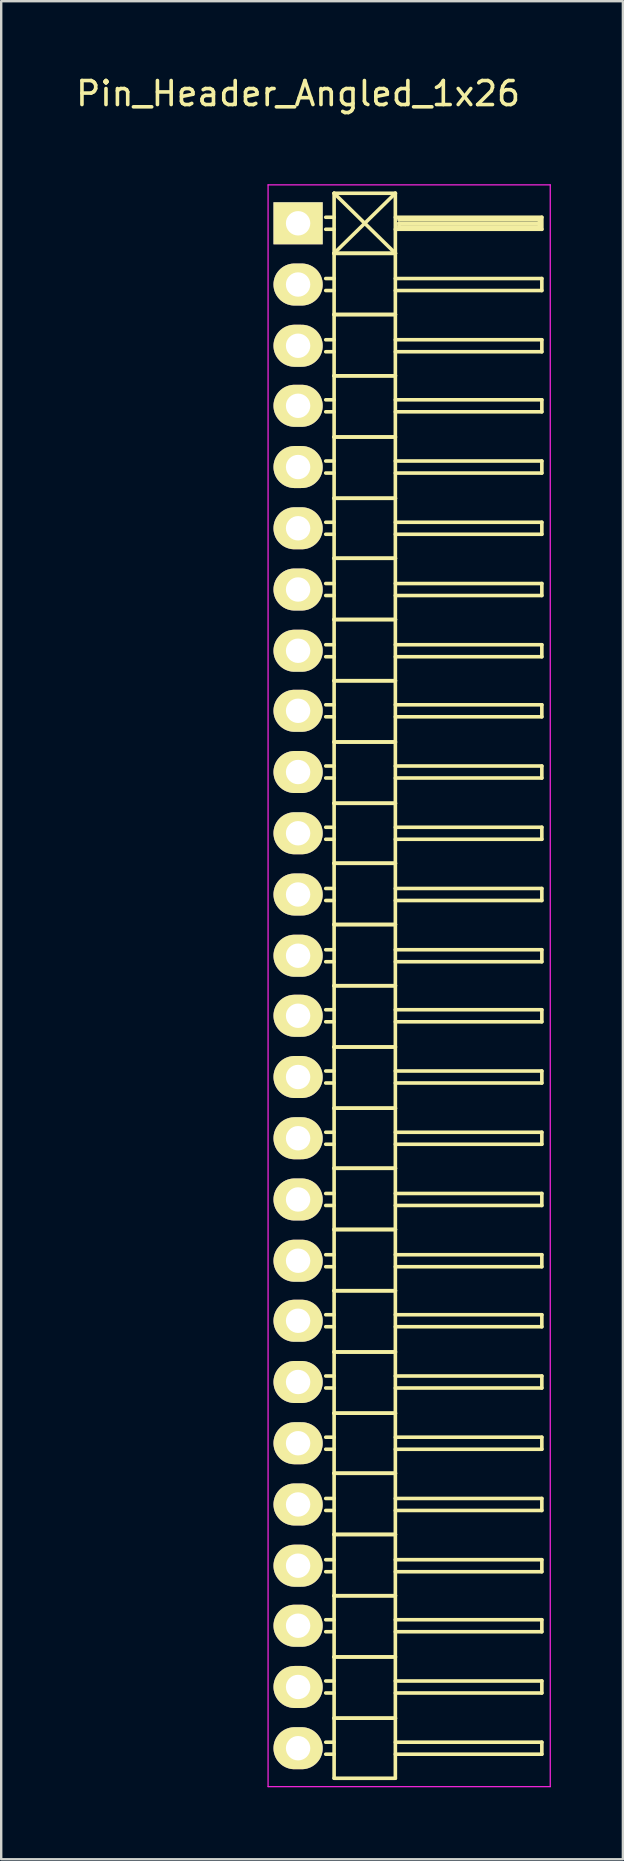
<source format=kicad_pcb>
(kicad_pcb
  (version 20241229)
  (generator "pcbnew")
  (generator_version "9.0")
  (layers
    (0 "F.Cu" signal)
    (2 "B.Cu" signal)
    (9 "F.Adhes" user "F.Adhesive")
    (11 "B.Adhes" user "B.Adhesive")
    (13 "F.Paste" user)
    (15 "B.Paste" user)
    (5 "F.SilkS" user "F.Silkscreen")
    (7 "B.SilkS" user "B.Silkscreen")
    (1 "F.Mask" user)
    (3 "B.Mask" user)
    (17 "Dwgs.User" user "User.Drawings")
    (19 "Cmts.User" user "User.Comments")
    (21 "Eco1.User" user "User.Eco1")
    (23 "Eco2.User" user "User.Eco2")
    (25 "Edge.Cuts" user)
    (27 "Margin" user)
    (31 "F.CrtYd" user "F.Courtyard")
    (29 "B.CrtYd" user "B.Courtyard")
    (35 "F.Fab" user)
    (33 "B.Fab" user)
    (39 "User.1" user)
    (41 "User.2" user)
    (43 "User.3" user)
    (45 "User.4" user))
  (footprint "Pin_Header_Angled_1x26"
    (layer "F.Cu")
    (at 9.363 6.248)
    (property "Reference" "Pin_Header_Angled_1x26" (at 0 -5.4 0) (layer "F.SilkS") (effects (font (size 1 1) (thickness 0.15))))
    (attr through_hole)
    (fp_line (start 1.5 -1.25) (end 1.5 1.25) (stroke (width 0.15) (type solid)) (layer "F.SilkS"))
    (fp_line (start 1.5 -1.25) (end 4.05 -1.25) (stroke (width 0.15) (type solid)) (layer "F.SilkS"))
    (fp_line (start 1.5 -0.25) (end 1.15 -0.25) (stroke (width 0.15) (type solid)) (layer "F.SilkS"))
    (fp_line (start 1.5 0.25) (end 1.15 0.25) (stroke (width 0.15) (type solid)) (layer "F.SilkS"))
    (fp_line (start 1.5 1.25) (end 1.5 3.8) (stroke (width 0.15) (type solid)) (layer "F.SilkS"))
    (fp_line (start 1.5 1.25) (end 4.05 1.25) (stroke (width 0.15) (type solid)) (layer "F.SilkS"))
    (fp_line (start 1.5 1.25) (end 4.05 1.25) (stroke (width 0.15) (type solid)) (layer "F.SilkS"))
    (fp_line (start 1.5 2.3) (end 1.15 2.3) (stroke (width 0.15) (type solid)) (layer "F.SilkS"))
    (fp_line (start 1.5 2.8) (end 1.15 2.8) (stroke (width 0.15) (type solid)) (layer "F.SilkS"))
    (fp_line (start 1.5 3.8) (end 1.5 6.35) (stroke (width 0.15) (type solid)) (layer "F.SilkS"))
    (fp_line (start 1.5 3.8) (end 4.05 3.8) (stroke (width 0.15) (type solid)) (layer "F.SilkS"))
    (fp_line (start 1.5 3.8) (end 4.05 3.8) (stroke (width 0.15) (type solid)) (layer "F.SilkS"))
    (fp_line (start 1.5 4.85) (end 1.15 4.85) (stroke (width 0.15) (type solid)) (layer "F.SilkS"))
    (fp_line (start 1.5 5.35) (end 1.15 5.35) (stroke (width 0.15) (type solid)) (layer "F.SilkS"))
    (fp_line (start 1.5 6.35) (end 1.5 8.9) (stroke (width 0.15) (type solid)) (layer "F.SilkS"))
    (fp_line (start 1.5 6.35) (end 4.05 6.35) (stroke (width 0.15) (type solid)) (layer "F.SilkS"))
    (fp_line (start 1.5 6.35) (end 4.05 6.35) (stroke (width 0.15) (type solid)) (layer "F.SilkS"))
    (fp_line (start 1.5 7.35) (end 1.15 7.35) (stroke (width 0.15) (type solid)) (layer "F.SilkS"))
    (fp_line (start 1.5 7.85) (end 1.15 7.85) (stroke (width 0.15) (type solid)) (layer "F.SilkS"))
    (fp_line (start 1.5 8.9) (end 1.5 11.45) (stroke (width 0.15) (type solid)) (layer "F.SilkS"))
    (fp_line (start 1.5 8.9) (end 4.05 8.9) (stroke (width 0.15) (type solid)) (layer "F.SilkS"))
    (fp_line (start 1.5 8.9) (end 4.05 8.9) (stroke (width 0.15) (type solid)) (layer "F.SilkS"))
    (fp_line (start 1.5 9.9) (end 1.15 9.9) (stroke (width 0.15) (type solid)) (layer "F.SilkS"))
    (fp_line (start 1.5 10.4) (end 1.15 10.4) (stroke (width 0.15) (type solid)) (layer "F.SilkS"))
    (fp_line (start 1.5 11.45) (end 1.5 13.95) (stroke (width 0.15) (type solid)) (layer "F.SilkS"))
    (fp_line (start 1.5 11.45) (end 4.05 11.45) (stroke (width 0.15) (type solid)) (layer "F.SilkS"))
    (fp_line (start 1.5 11.45) (end 4.05 11.45) (stroke (width 0.15) (type solid)) (layer "F.SilkS"))
    (fp_line (start 1.5 12.45) (end 1.15 12.45) (stroke (width 0.15) (type solid)) (layer "F.SilkS"))
    (fp_line (start 1.5 12.95) (end 1.15 12.95) (stroke (width 0.15) (type solid)) (layer "F.SilkS"))
    (fp_line (start 1.5 13.95) (end 1.5 16.5) (stroke (width 0.15) (type solid)) (layer "F.SilkS"))
    (fp_line (start 1.5 13.95) (end 4.05 13.95) (stroke (width 0.15) (type solid)) (layer "F.SilkS"))
    (fp_line (start 1.5 13.95) (end 4.05 13.95) (stroke (width 0.15) (type solid)) (layer "F.SilkS"))
    (fp_line (start 1.5 15) (end 1.15 15) (stroke (width 0.15) (type solid)) (layer "F.SilkS"))
    (fp_line (start 1.5 15.5) (end 1.15 15.5) (stroke (width 0.15) (type solid)) (layer "F.SilkS"))
    (fp_line (start 1.5 16.5) (end 1.5 19.05) (stroke (width 0.15) (type solid)) (layer "F.SilkS"))
    (fp_line (start 1.5 16.5) (end 4.05 16.5) (stroke (width 0.15) (type solid)) (layer "F.SilkS"))
    (fp_line (start 1.5 16.5) (end 4.05 16.5) (stroke (width 0.15) (type solid)) (layer "F.SilkS"))
    (fp_line (start 1.5 17.55) (end 1.15 17.55) (stroke (width 0.15) (type solid)) (layer "F.SilkS"))
    (fp_line (start 1.5 18.05) (end 1.15 18.05) (stroke (width 0.15) (type solid)) (layer "F.SilkS"))
    (fp_line (start 1.5 19.05) (end 1.5 21.6) (stroke (width 0.15) (type solid)) (layer "F.SilkS"))
    (fp_line (start 1.5 19.05) (end 4.05 19.05) (stroke (width 0.15) (type solid)) (layer "F.SilkS"))
    (fp_line (start 1.5 19.05) (end 4.05 19.05) (stroke (width 0.15) (type solid)) (layer "F.SilkS"))
    (fp_line (start 1.5 20.05) (end 1.15 20.05) (stroke (width 0.15) (type solid)) (layer "F.SilkS"))
    (fp_line (start 1.5 20.55) (end 1.15 20.55) (stroke (width 0.15) (type solid)) (layer "F.SilkS"))
    (fp_line (start 1.5 21.6) (end 1.5 24.15) (stroke (width 0.15) (type solid)) (layer "F.SilkS"))
    (fp_line (start 1.5 21.6) (end 4.05 21.6) (stroke (width 0.15) (type solid)) (layer "F.SilkS"))
    (fp_line (start 1.5 21.6) (end 4.05 21.6) (stroke (width 0.15) (type solid)) (layer "F.SilkS"))
    (fp_line (start 1.5 22.6) (end 1.15 22.6) (stroke (width 0.15) (type solid)) (layer "F.SilkS"))
    (fp_line (start 1.5 23.1) (end 1.15 23.1) (stroke (width 0.15) (type solid)) (layer "F.SilkS"))
    (fp_line (start 1.5 24.15) (end 1.5 26.65) (stroke (width 0.15) (type solid)) (layer "F.SilkS"))
    (fp_line (start 1.5 24.15) (end 4.05 24.15) (stroke (width 0.15) (type solid)) (layer "F.SilkS"))
    (fp_line (start 1.5 24.15) (end 4.05 24.15) (stroke (width 0.15) (type solid)) (layer "F.SilkS"))
    (fp_line (start 1.5 25.15) (end 1.15 25.15) (stroke (width 0.15) (type solid)) (layer "F.SilkS"))
    (fp_line (start 1.5 25.65) (end 1.15 25.65) (stroke (width 0.15) (type solid)) (layer "F.SilkS"))
    (fp_line (start 1.5 26.65) (end 1.5 29.2) (stroke (width 0.15) (type solid)) (layer "F.SilkS"))
    (fp_line (start 1.5 26.65) (end 4.05 26.65) (stroke (width 0.15) (type solid)) (layer "F.SilkS"))
    (fp_line (start 1.5 26.65) (end 4.05 26.65) (stroke (width 0.15) (type solid)) (layer "F.SilkS"))
    (fp_line (start 1.5 27.7) (end 1.15 27.7) (stroke (width 0.15) (type solid)) (layer "F.SilkS"))
    (fp_line (start 1.5 28.2) (end 1.15 28.2) (stroke (width 0.15) (type solid)) (layer "F.SilkS"))
    (fp_line (start 1.5 29.2) (end 1.5 31.75) (stroke (width 0.15) (type solid)) (layer "F.SilkS"))
    (fp_line (start 1.5 29.2) (end 4.05 29.2) (stroke (width 0.15) (type solid)) (layer "F.SilkS"))
    (fp_line (start 1.5 29.2) (end 4.05 29.2) (stroke (width 0.15) (type solid)) (layer "F.SilkS"))
    (fp_line (start 1.5 30.25) (end 1.15 30.25) (stroke (width 0.15) (type solid)) (layer "F.SilkS"))
    (fp_line (start 1.5 30.75) (end 1.15 30.75) (stroke (width 0.15) (type solid)) (layer "F.SilkS"))
    (fp_line (start 1.5 31.75) (end 1.5 34.3) (stroke (width 0.15) (type solid)) (layer "F.SilkS"))
    (fp_line (start 1.5 31.75) (end 4.05 31.75) (stroke (width 0.15) (type solid)) (layer "F.SilkS"))
    (fp_line (start 1.5 31.75) (end 4.05 31.75) (stroke (width 0.15) (type solid)) (layer "F.SilkS"))
    (fp_line (start 1.5 32.75) (end 1.15 32.75) (stroke (width 0.15) (type solid)) (layer "F.SilkS"))
    (fp_line (start 1.5 33.25) (end 1.15 33.25) (stroke (width 0.15) (type solid)) (layer "F.SilkS"))
    (fp_line (start 1.5 34.3) (end 1.5 36.85) (stroke (width 0.15) (type solid)) (layer "F.SilkS"))
    (fp_line (start 1.5 34.3) (end 4.05 34.3) (stroke (width 0.15) (type solid)) (layer "F.SilkS"))
    (fp_line (start 1.5 34.3) (end 4.05 34.3) (stroke (width 0.15) (type solid)) (layer "F.SilkS"))
    (fp_line (start 1.5 35.3) (end 1.15 35.3) (stroke (width 0.15) (type solid)) (layer "F.SilkS"))
    (fp_line (start 1.5 35.8) (end 1.15 35.8) (stroke (width 0.15) (type solid)) (layer "F.SilkS"))
    (fp_line (start 1.5 36.85) (end 1.5 39.35) (stroke (width 0.15) (type solid)) (layer "F.SilkS"))
    (fp_line (start 1.5 36.85) (end 4.05 36.85) (stroke (width 0.15) (type solid)) (layer "F.SilkS"))
    (fp_line (start 1.5 36.85) (end 4.05 36.85) (stroke (width 0.15) (type solid)) (layer "F.SilkS"))
    (fp_line (start 1.5 37.85) (end 1.15 37.85) (stroke (width 0.15) (type solid)) (layer "F.SilkS"))
    (fp_line (start 1.5 38.35) (end 1.15 38.35) (stroke (width 0.15) (type solid)) (layer "F.SilkS"))
    (fp_line (start 1.5 39.35) (end 1.5 41.9) (stroke (width 0.15) (type solid)) (layer "F.SilkS"))
    (fp_line (start 1.5 39.35) (end 4.05 39.35) (stroke (width 0.15) (type solid)) (layer "F.SilkS"))
    (fp_line (start 1.5 39.35) (end 4.05 39.35) (stroke (width 0.15) (type solid)) (layer "F.SilkS"))
    (fp_line (start 1.5 40.4) (end 1.15 40.4) (stroke (width 0.15) (type solid)) (layer "F.SilkS"))
    (fp_line (start 1.5 40.9) (end 1.15 40.9) (stroke (width 0.15) (type solid)) (layer "F.SilkS"))
    (fp_line (start 1.5 41.9) (end 1.5 44.45) (stroke (width 0.15) (type solid)) (layer "F.SilkS"))
    (fp_line (start 1.5 41.9) (end 4.05 41.9) (stroke (width 0.15) (type solid)) (layer "F.SilkS"))
    (fp_line (start 1.5 41.9) (end 4.05 41.9) (stroke (width 0.15) (type solid)) (layer "F.SilkS"))
    (fp_line (start 1.5 42.95) (end 1.15 42.95) (stroke (width 0.15) (type solid)) (layer "F.SilkS"))
    (fp_line (start 1.5 43.45) (end 1.15 43.45) (stroke (width 0.15) (type solid)) (layer "F.SilkS"))
    (fp_line (start 1.5 44.45) (end 1.5 47) (stroke (width 0.15) (type solid)) (layer "F.SilkS"))
    (fp_line (start 1.5 44.45) (end 4.05 44.45) (stroke (width 0.15) (type solid)) (layer "F.SilkS"))
    (fp_line (start 1.5 44.45) (end 4.05 44.45) (stroke (width 0.15) (type solid)) (layer "F.SilkS"))
    (fp_line (start 1.5 45.45) (end 1.15 45.45) (stroke (width 0.15) (type solid)) (layer "F.SilkS"))
    (fp_line (start 1.5 45.95) (end 1.15 45.95) (stroke (width 0.15) (type solid)) (layer "F.SilkS"))
    (fp_line (start 1.5 47) (end 1.5 49.55) (stroke (width 0.15) (type solid)) (layer "F.SilkS"))
    (fp_line (start 1.5 47) (end 4.05 47) (stroke (width 0.15) (type solid)) (layer "F.SilkS"))
    (fp_line (start 1.5 47) (end 4.05 47) (stroke (width 0.15) (type solid)) (layer "F.SilkS"))
    (fp_line (start 1.5 48) (end 1.15 48) (stroke (width 0.15) (type solid)) (layer "F.SilkS"))
    (fp_line (start 1.5 48.5) (end 1.15 48.5) (stroke (width 0.15) (type solid)) (layer "F.SilkS"))
    (fp_line (start 1.5 49.55) (end 1.5 52.05) (stroke (width 0.15) (type solid)) (layer "F.SilkS"))
    (fp_line (start 1.5 49.55) (end 4.05 49.55) (stroke (width 0.15) (type solid)) (layer "F.SilkS"))
    (fp_line (start 1.5 49.55) (end 4.05 49.55) (stroke (width 0.15) (type solid)) (layer "F.SilkS"))
    (fp_line (start 1.5 50.55) (end 1.15 50.55) (stroke (width 0.15) (type solid)) (layer "F.SilkS"))
    (fp_line (start 1.5 51.05) (end 1.15 51.05) (stroke (width 0.15) (type solid)) (layer "F.SilkS"))
    (fp_line (start 1.5 52.05) (end 1.5 54.6) (stroke (width 0.15) (type solid)) (layer "F.SilkS"))
    (fp_line (start 1.5 52.05) (end 4.05 52.05) (stroke (width 0.15) (type solid)) (layer "F.SilkS"))
    (fp_line (start 1.5 52.05) (end 4.05 52.05) (stroke (width 0.15) (type solid)) (layer "F.SilkS"))
    (fp_line (start 1.5 53.1) (end 1.15 53.1) (stroke (width 0.15) (type solid)) (layer "F.SilkS"))
    (fp_line (start 1.5 53.6) (end 1.15 53.6) (stroke (width 0.15) (type solid)) (layer "F.SilkS"))
    (fp_line (start 1.5 54.6) (end 1.5 57.15) (stroke (width 0.15) (type solid)) (layer "F.SilkS"))
    (fp_line (start 1.5 54.6) (end 4.05 54.6) (stroke (width 0.15) (type solid)) (layer "F.SilkS"))
    (fp_line (start 1.5 54.6) (end 4.05 54.6) (stroke (width 0.15) (type solid)) (layer "F.SilkS"))
    (fp_line (start 1.5 55.65) (end 1.15 55.65) (stroke (width 0.15) (type solid)) (layer "F.SilkS"))
    (fp_line (start 1.5 56.15) (end 1.15 56.15) (stroke (width 0.15) (type solid)) (layer "F.SilkS"))
    (fp_line (start 1.5 57.15) (end 1.5 59.7) (stroke (width 0.15) (type solid)) (layer "F.SilkS"))
    (fp_line (start 1.5 57.15) (end 4.05 57.15) (stroke (width 0.15) (type solid)) (layer "F.SilkS"))
    (fp_line (start 1.5 57.15) (end 4.05 57.15) (stroke (width 0.15) (type solid)) (layer "F.SilkS"))
    (fp_line (start 1.5 58.15) (end 1.15 58.15) (stroke (width 0.15) (type solid)) (layer "F.SilkS"))
    (fp_line (start 1.5 58.65) (end 1.15 58.65) (stroke (width 0.15) (type solid)) (layer "F.SilkS"))
    (fp_line (start 1.5 59.7) (end 1.5 62.25) (stroke (width 0.15) (type solid)) (layer "F.SilkS"))
    (fp_line (start 1.5 59.7) (end 4.05 59.7) (stroke (width 0.15) (type solid)) (layer "F.SilkS"))
    (fp_line (start 1.5 59.7) (end 4.05 59.7) (stroke (width 0.15) (type solid)) (layer "F.SilkS"))
    (fp_line (start 1.5 60.7) (end 1.15 60.7) (stroke (width 0.15) (type solid)) (layer "F.SilkS"))
    (fp_line (start 1.5 61.2) (end 1.15 61.2) (stroke (width 0.15) (type solid)) (layer "F.SilkS"))
    (fp_line (start 1.5 62.25) (end 1.5 64.75) (stroke (width 0.15) (type solid)) (layer "F.SilkS"))
    (fp_line (start 1.5 62.25) (end 4.05 62.25) (stroke (width 0.15) (type solid)) (layer "F.SilkS"))
    (fp_line (start 1.5 62.25) (end 4.05 62.25) (stroke (width 0.15) (type solid)) (layer "F.SilkS"))
    (fp_line (start 1.5 63.25) (end 1.15 63.25) (stroke (width 0.15) (type solid)) (layer "F.SilkS"))
    (fp_line (start 1.5 63.75) (end 1.15 63.75) (stroke (width 0.15) (type solid)) (layer "F.SilkS"))
    (fp_line (start 1.5 64.75) (end 4.05 64.75) (stroke (width 0.15) (type solid)) (layer "F.SilkS"))
    (fp_line (start 4.05 -1.25) (end 1.5 1.25) (stroke (width 0.15) (type solid)) (layer "F.SilkS"))
    (fp_line (start 4.05 -0.25) (end 10.15 -0.25) (stroke (width 0.15) (type solid)) (layer "F.SilkS"))
    (fp_line (start 4.05 1.25) (end 1.5 -1.25) (stroke (width 0.15) (type solid)) (layer "F.SilkS"))
    (fp_line (start 4.05 1.25) (end 4.05 -1.25) (stroke (width 0.15) (type solid)) (layer "F.SilkS"))
    (fp_line (start 4.05 2.3) (end 10.15 2.3) (stroke (width 0.15) (type solid)) (layer "F.SilkS"))
    (fp_line (start 4.05 3.8) (end 4.05 1.25) (stroke (width 0.15) (type solid)) (layer "F.SilkS"))
    (fp_line (start 4.05 4.85) (end 10.15 4.85) (stroke (width 0.15) (type solid)) (layer "F.SilkS"))
    (fp_line (start 4.05 6.35) (end 4.05 3.8) (stroke (width 0.15) (type solid)) (layer "F.SilkS"))
    (fp_line (start 4.05 7.35) (end 10.15 7.35) (stroke (width 0.15) (type solid)) (layer "F.SilkS"))
    (fp_line (start 4.05 8.9) (end 4.05 6.35) (stroke (width 0.15) (type solid)) (layer "F.SilkS"))
    (fp_line (start 4.05 9.9) (end 10.15 9.9) (stroke (width 0.15) (type solid)) (layer "F.SilkS"))
    (fp_line (start 4.05 11.45) (end 4.05 8.9) (stroke (width 0.15) (type solid)) (layer "F.SilkS"))
    (fp_line (start 4.05 12.45) (end 10.15 12.45) (stroke (width 0.15) (type solid)) (layer "F.SilkS"))
    (fp_line (start 4.05 13.95) (end 4.05 11.45) (stroke (width 0.15) (type solid)) (layer "F.SilkS"))
    (fp_line (start 4.05 15) (end 10.15 15) (stroke (width 0.15) (type solid)) (layer "F.SilkS"))
    (fp_line (start 4.05 16.5) (end 4.05 13.95) (stroke (width 0.15) (type solid)) (layer "F.SilkS"))
    (fp_line (start 4.05 17.55) (end 10.15 17.55) (stroke (width 0.15) (type solid)) (layer "F.SilkS"))
    (fp_line (start 4.05 19.05) (end 4.05 16.5) (stroke (width 0.15) (type solid)) (layer "F.SilkS"))
    (fp_line (start 4.05 20.05) (end 10.15 20.05) (stroke (width 0.15) (type solid)) (layer "F.SilkS"))
    (fp_line (start 4.05 21.6) (end 4.05 19.05) (stroke (width 0.15) (type solid)) (layer "F.SilkS"))
    (fp_line (start 4.05 22.6) (end 10.15 22.6) (stroke (width 0.15) (type solid)) (layer "F.SilkS"))
    (fp_line (start 4.05 24.15) (end 4.05 21.6) (stroke (width 0.15) (type solid)) (layer "F.SilkS"))
    (fp_line (start 4.05 25.15) (end 10.15 25.15) (stroke (width 0.15) (type solid)) (layer "F.SilkS"))
    (fp_line (start 4.05 26.65) (end 4.05 24.15) (stroke (width 0.15) (type solid)) (layer "F.SilkS"))
    (fp_line (start 4.05 27.7) (end 10.15 27.7) (stroke (width 0.15) (type solid)) (layer "F.SilkS"))
    (fp_line (start 4.05 29.2) (end 4.05 26.65) (stroke (width 0.15) (type solid)) (layer "F.SilkS"))
    (fp_line (start 4.05 30.25) (end 10.15 30.25) (stroke (width 0.15) (type solid)) (layer "F.SilkS"))
    (fp_line (start 4.05 31.75) (end 4.05 29.2) (stroke (width 0.15) (type solid)) (layer "F.SilkS"))
    (fp_line (start 4.05 32.75) (end 10.15 32.75) (stroke (width 0.15) (type solid)) (layer "F.SilkS"))
    (fp_line (start 4.05 34.3) (end 4.05 31.75) (stroke (width 0.15) (type solid)) (layer "F.SilkS"))
    (fp_line (start 4.05 35.3) (end 10.15 35.3) (stroke (width 0.15) (type solid)) (layer "F.SilkS"))
    (fp_line (start 4.05 36.85) (end 4.05 34.3) (stroke (width 0.15) (type solid)) (layer "F.SilkS"))
    (fp_line (start 4.05 37.85) (end 10.15 37.85) (stroke (width 0.15) (type solid)) (layer "F.SilkS"))
    (fp_line (start 4.05 39.35) (end 4.05 36.85) (stroke (width 0.15) (type solid)) (layer "F.SilkS"))
    (fp_line (start 4.05 40.4) (end 10.15 40.4) (stroke (width 0.15) (type solid)) (layer "F.SilkS"))
    (fp_line (start 4.05 41.9) (end 4.05 39.35) (stroke (width 0.15) (type solid)) (layer "F.SilkS"))
    (fp_line (start 4.05 42.95) (end 10.15 42.95) (stroke (width 0.15) (type solid)) (layer "F.SilkS"))
    (fp_line (start 4.05 44.45) (end 4.05 41.9) (stroke (width 0.15) (type solid)) (layer "F.SilkS"))
    (fp_line (start 4.05 45.45) (end 10.15 45.45) (stroke (width 0.15) (type solid)) (layer "F.SilkS"))
    (fp_line (start 4.05 47) (end 4.05 44.45) (stroke (width 0.15) (type solid)) (layer "F.SilkS"))
    (fp_line (start 4.05 48) (end 10.15 48) (stroke (width 0.15) (type solid)) (layer "F.SilkS"))
    (fp_line (start 4.05 49.55) (end 4.05 47) (stroke (width 0.15) (type solid)) (layer "F.SilkS"))
    (fp_line (start 4.05 50.55) (end 10.15 50.55) (stroke (width 0.15) (type solid)) (layer "F.SilkS"))
    (fp_line (start 4.05 52.05) (end 4.05 49.55) (stroke (width 0.15) (type solid)) (layer "F.SilkS"))
    (fp_line (start 4.05 53.1) (end 10.15 53.1) (stroke (width 0.15) (type solid)) (layer "F.SilkS"))
    (fp_line (start 4.05 54.6) (end 4.05 52.05) (stroke (width 0.15) (type solid)) (layer "F.SilkS"))
    (fp_line (start 4.05 55.65) (end 10.15 55.65) (stroke (width 0.15) (type solid)) (layer "F.SilkS"))
    (fp_line (start 4.05 57.15) (end 4.05 54.6) (stroke (width 0.15) (type solid)) (layer "F.SilkS"))
    (fp_line (start 4.05 58.15) (end 10.15 58.15) (stroke (width 0.15) (type solid)) (layer "F.SilkS"))
    (fp_line (start 4.05 59.7) (end 4.05 57.15) (stroke (width 0.15) (type solid)) (layer "F.SilkS"))
    (fp_line (start 4.05 60.7) (end 10.15 60.7) (stroke (width 0.15) (type solid)) (layer "F.SilkS"))
    (fp_line (start 4.05 62.25) (end 4.05 59.7) (stroke (width 0.15) (type solid)) (layer "F.SilkS"))
    (fp_line (start 4.05 63.25) (end 10.15 63.25) (stroke (width 0.15) (type solid)) (layer "F.SilkS"))
    (fp_line (start 4.05 64.75) (end 4.05 62.25) (stroke (width 0.15) (type solid)) (layer "F.SilkS"))
    (fp_line (start 4.2 -0.15) (end 10.05 -0.15) (stroke (width 0.15) (type solid)) (layer "F.SilkS"))
    (fp_line (start 4.2 0) (end 10.05 0) (stroke (width 0.15) (type solid)) (layer "F.SilkS"))
    (fp_line (start 4.2 0.15) (end 4.2 0) (stroke (width 0.15) (type solid)) (layer "F.SilkS"))
    (fp_line (start 10.05 -0.15) (end 10.05 0.15) (stroke (width 0.15) (type solid)) (layer "F.SilkS"))
    (fp_line (start 10.05 0.15) (end 4.2 0.15) (stroke (width 0.15) (type solid)) (layer "F.SilkS"))
    (fp_line (start 10.15 -0.25) (end 10.15 0.25) (stroke (width 0.15) (type solid)) (layer "F.SilkS"))
    (fp_line (start 10.15 0.25) (end 4.05 0.25) (stroke (width 0.15) (type solid)) (layer "F.SilkS"))
    (fp_line (start 10.15 2.3) (end 10.15 2.8) (stroke (width 0.15) (type solid)) (layer "F.SilkS"))
    (fp_line (start 10.15 2.8) (end 4.05 2.8) (stroke (width 0.15) (type solid)) (layer "F.SilkS"))
    (fp_line (start 10.15 4.85) (end 10.15 5.35) (stroke (width 0.15) (type solid)) (layer "F.SilkS"))
    (fp_line (start 10.15 5.35) (end 4.05 5.35) (stroke (width 0.15) (type solid)) (layer "F.SilkS"))
    (fp_line (start 10.15 7.35) (end 10.15 7.85) (stroke (width 0.15) (type solid)) (layer "F.SilkS"))
    (fp_line (start 10.15 7.85) (end 4.05 7.85) (stroke (width 0.15) (type solid)) (layer "F.SilkS"))
    (fp_line (start 10.15 9.9) (end 10.15 10.4) (stroke (width 0.15) (type solid)) (layer "F.SilkS"))
    (fp_line (start 10.15 10.4) (end 4.05 10.4) (stroke (width 0.15) (type solid)) (layer "F.SilkS"))
    (fp_line (start 10.15 12.45) (end 10.15 12.95) (stroke (width 0.15) (type solid)) (layer "F.SilkS"))
    (fp_line (start 10.15 12.95) (end 4.05 12.95) (stroke (width 0.15) (type solid)) (layer "F.SilkS"))
    (fp_line (start 10.15 15) (end 10.15 15.5) (stroke (width 0.15) (type solid)) (layer "F.SilkS"))
    (fp_line (start 10.15 15.5) (end 4.05 15.5) (stroke (width 0.15) (type solid)) (layer "F.SilkS"))
    (fp_line (start 10.15 17.55) (end 10.15 18.05) (stroke (width 0.15) (type solid)) (layer "F.SilkS"))
    (fp_line (start 10.15 18.05) (end 4.05 18.05) (stroke (width 0.15) (type solid)) (layer "F.SilkS"))
    (fp_line (start 10.15 20.05) (end 10.15 20.55) (stroke (width 0.15) (type solid)) (layer "F.SilkS"))
    (fp_line (start 10.15 20.55) (end 4.05 20.55) (stroke (width 0.15) (type solid)) (layer "F.SilkS"))
    (fp_line (start 10.15 22.6) (end 10.15 23.1) (stroke (width 0.15) (type solid)) (layer "F.SilkS"))
    (fp_line (start 10.15 23.1) (end 4.05 23.1) (stroke (width 0.15) (type solid)) (layer "F.SilkS"))
    (fp_line (start 10.15 25.15) (end 10.15 25.65) (stroke (width 0.15) (type solid)) (layer "F.SilkS"))
    (fp_line (start 10.15 25.65) (end 4.05 25.65) (stroke (width 0.15) (type solid)) (layer "F.SilkS"))
    (fp_line (start 10.15 27.7) (end 10.15 28.2) (stroke (width 0.15) (type solid)) (layer "F.SilkS"))
    (fp_line (start 10.15 28.2) (end 4.05 28.2) (stroke (width 0.15) (type solid)) (layer "F.SilkS"))
    (fp_line (start 10.15 30.25) (end 10.15 30.75) (stroke (width 0.15) (type solid)) (layer "F.SilkS"))
    (fp_line (start 10.15 30.75) (end 4.05 30.75) (stroke (width 0.15) (type solid)) (layer "F.SilkS"))
    (fp_line (start 10.15 32.75) (end 10.15 33.25) (stroke (width 0.15) (type solid)) (layer "F.SilkS"))
    (fp_line (start 10.15 33.25) (end 4.05 33.25) (stroke (width 0.15) (type solid)) (layer "F.SilkS"))
    (fp_line (start 10.15 35.3) (end 10.15 35.8) (stroke (width 0.15) (type solid)) (layer "F.SilkS"))
    (fp_line (start 10.15 35.8) (end 4.05 35.8) (stroke (width 0.15) (type solid)) (layer "F.SilkS"))
    (fp_line (start 10.15 37.85) (end 10.15 38.35) (stroke (width 0.15) (type solid)) (layer "F.SilkS"))
    (fp_line (start 10.15 38.35) (end 4.05 38.35) (stroke (width 0.15) (type solid)) (layer "F.SilkS"))
    (fp_line (start 10.15 40.4) (end 10.15 40.9) (stroke (width 0.15) (type solid)) (layer "F.SilkS"))
    (fp_line (start 10.15 40.9) (end 4.05 40.9) (stroke (width 0.15) (type solid)) (layer "F.SilkS"))
    (fp_line (start 10.15 42.95) (end 10.15 43.45) (stroke (width 0.15) (type solid)) (layer "F.SilkS"))
    (fp_line (start 10.15 43.45) (end 4.05 43.45) (stroke (width 0.15) (type solid)) (layer "F.SilkS"))
    (fp_line (start 10.15 45.45) (end 10.15 45.95) (stroke (width 0.15) (type solid)) (layer "F.SilkS"))
    (fp_line (start 10.15 45.95) (end 4.05 45.95) (stroke (width 0.15) (type solid)) (layer "F.SilkS"))
    (fp_line (start 10.15 48) (end 10.15 48.5) (stroke (width 0.15) (type solid)) (layer "F.SilkS"))
    (fp_line (start 10.15 48.5) (end 4.05 48.5) (stroke (width 0.15) (type solid)) (layer "F.SilkS"))
    (fp_line (start 10.15 50.55) (end 10.15 51.05) (stroke (width 0.15) (type solid)) (layer "F.SilkS"))
    (fp_line (start 10.15 51.05) (end 4.05 51.05) (stroke (width 0.15) (type solid)) (layer "F.SilkS"))
    (fp_line (start 10.15 53.1) (end 10.15 53.6) (stroke (width 0.15) (type solid)) (layer "F.SilkS"))
    (fp_line (start 10.15 53.6) (end 4.05 53.6) (stroke (width 0.15) (type solid)) (layer "F.SilkS"))
    (fp_line (start 10.15 55.65) (end 10.15 56.15) (stroke (width 0.15) (type solid)) (layer "F.SilkS"))
    (fp_line (start 10.15 56.15) (end 4.05 56.15) (stroke (width 0.15) (type solid)) (layer "F.SilkS"))
    (fp_line (start 10.15 58.15) (end 10.15 58.65) (stroke (width 0.15) (type solid)) (layer "F.SilkS"))
    (fp_line (start 10.15 58.65) (end 4.05 58.65) (stroke (width 0.15) (type solid)) (layer "F.SilkS"))
    (fp_line (start 10.15 60.7) (end 10.15 61.2) (stroke (width 0.15) (type solid)) (layer "F.SilkS"))
    (fp_line (start 10.15 61.2) (end 4.05 61.2) (stroke (width 0.15) (type solid)) (layer "F.SilkS"))
    (fp_line (start 10.15 63.25) (end 10.15 63.75) (stroke (width 0.15) (type solid)) (layer "F.SilkS"))
    (fp_line (start 10.15 63.75) (end 4.05 63.75) (stroke (width 0.15) (type solid)) (layer "F.SilkS"))
    (fp_line (start -1.25 -1.6) (end -1.25 65.1) (stroke (width 0.05) (type solid)) (layer "F.CrtYd"))
    (fp_line (start -1.25 -1.6) (end 10.5 -1.6) (stroke (width 0.05) (type solid)) (layer "F.CrtYd"))
    (fp_line (start -1.25 65.1) (end 10.5 65.1) (stroke (width 0.05) (type solid)) (layer "F.CrtYd"))
    (fp_line (start 10.5 -1.6) (end 10.5 65.1) (stroke (width 0.05) (type solid)) (layer "F.CrtYd"))
    (pad "1" thru_hole rect (at 0 0) (size 2.05 1.75) (drill 1.016) (layers "*.Cu" "*.Mask" "F.SilkS"))
    (pad "2" thru_hole oval (at 0 2.55) (size 2.05 1.75) (drill 1.016) (layers "*.Cu" "*.Mask" "F.SilkS"))
    (pad "3" thru_hole oval (at 0 5.1) (size 2.05 1.75) (drill 1.016) (layers "*.Cu" "*.Mask" "F.SilkS"))
    (pad "4" thru_hole oval (at 0 7.6) (size 2.05 1.75) (drill 1.016) (layers "*.Cu" "*.Mask" "F.SilkS"))
    (pad "5" thru_hole oval (at 0 10.15) (size 2.05 1.75) (drill 1.016) (layers "*.Cu" "*.Mask" "F.SilkS"))
    (pad "6" thru_hole oval (at 0 12.7) (size 2.05 1.75) (drill 1.016) (layers "*.Cu" "*.Mask" "F.SilkS"))
    (pad "7" thru_hole oval (at 0 15.25) (size 2.05 1.75) (drill 1.016) (layers "*.Cu" "*.Mask" "F.SilkS"))
    (pad "8" thru_hole oval (at 0 17.8) (size 2.05 1.75) (drill 1.016) (layers "*.Cu" "*.Mask" "F.SilkS"))
    (pad "9" thru_hole oval (at 0 20.3) (size 2.05 1.75) (drill 1.016) (layers "*.Cu" "*.Mask" "F.SilkS"))
    (pad "10" thru_hole oval (at 0 22.85) (size 2.05 1.75) (drill 1.016) (layers "*.Cu" "*.Mask" "F.SilkS"))
    (pad "11" thru_hole oval (at 0 25.4) (size 2.05 1.75) (drill 1.016) (layers "*.Cu" "*.Mask" "F.SilkS"))
    (pad "12" thru_hole oval (at 0 27.95) (size 2.05 1.75) (drill 1.016) (layers "*.Cu" "*.Mask" "F.SilkS"))
    (pad "13" thru_hole oval (at 0 30.5) (size 2.05 1.75) (drill 1.016) (layers "*.Cu" "*.Mask" "F.SilkS"))
    (pad "14" thru_hole oval (at 0 33) (size 2.05 1.75) (drill 1.016) (layers "*.Cu" "*.Mask" "F.SilkS"))
    (pad "15" thru_hole oval (at 0 35.55) (size 2.05 1.75) (drill 1.016) (layers "*.Cu" "*.Mask" "F.SilkS"))
    (pad "16" thru_hole oval (at 0 38.1) (size 2.05 1.75) (drill 1.016) (layers "*.Cu" "*.Mask" "F.SilkS"))
    (pad "17" thru_hole oval (at 0 40.65) (size 2.05 1.75) (drill 1.016) (layers "*.Cu" "*.Mask" "F.SilkS"))
    (pad "18" thru_hole oval (at 0 43.2) (size 2.05 1.75) (drill 1.016) (layers "*.Cu" "*.Mask" "F.SilkS"))
    (pad "19" thru_hole oval (at 0 45.7) (size 2.05 1.75) (drill 1.016) (layers "*.Cu" "*.Mask" "F.SilkS"))
    (pad "20" thru_hole oval (at 0 48.25) (size 2.05 1.75) (drill 1.016) (layers "*.Cu" "*.Mask" "F.SilkS"))
    (pad "21" thru_hole oval (at 0 50.8) (size 2.05 1.75) (drill 1.016) (layers "*.Cu" "*.Mask" "F.SilkS"))
    (pad "22" thru_hole oval (at 0 53.35) (size 2.05 1.75) (drill 1.016) (layers "*.Cu" "*.Mask" "F.SilkS"))
    (pad "23" thru_hole oval (at 0 55.9) (size 2.05 1.75) (drill 1.016) (layers "*.Cu" "*.Mask" "F.SilkS"))
    (pad "24" thru_hole oval (at 0 58.4) (size 2.05 1.75) (drill 1.016) (layers "*.Cu" "*.Mask" "F.SilkS"))
    (pad "25" thru_hole oval (at 0 60.95) (size 2.05 1.75) (drill 1.016) (layers "*.Cu" "*.Mask" "F.SilkS"))
    (pad "26" thru_hole oval (at 0 63.5) (size 2.05 1.75) (drill 1.016) (layers "*.Cu" "*.Mask" "F.SilkS")))
  (gr_rect
    (start -3 -3)
    (end 22.888 74.373)
    (stroke (width 0.1) (type default))
    (fill no)
    (layer "Edge.Cuts")))
</source>
